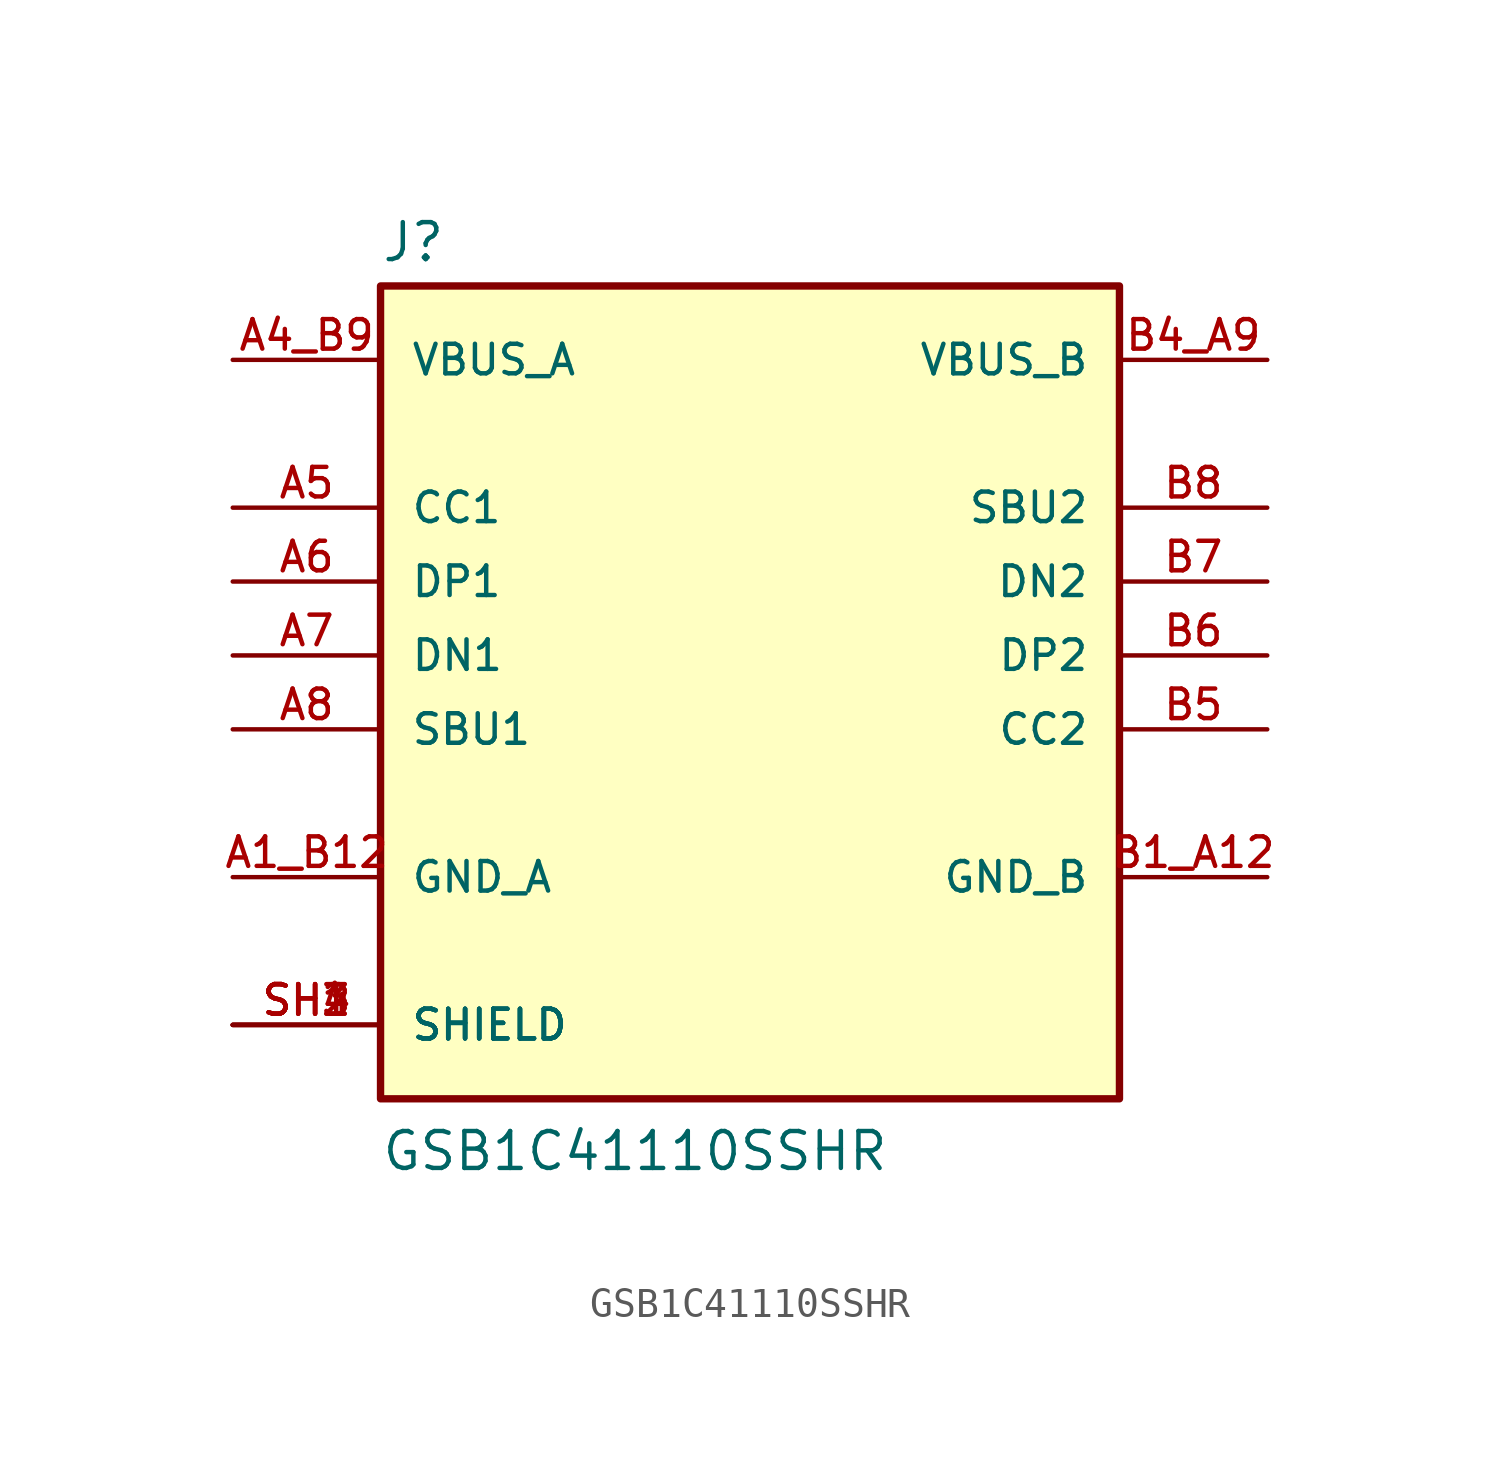
<source format=kicad_sym>
(kicad_symbol_lib
  (version 20211014)
  (generator kicad_symbol_editor)
  (symbol "GSB1C41110SSHR"
    (pin_names
      (offset 1.016))
    (property "Reference" "J"
      (at -12.7 13.462 0)
      (effects (font (size 1.27 1.27)) (justify bottom left)))
    (property "Value" "GSB1C41110SSHR"
      (at -12.7 -17.78 0)
      (effects (font (size 1.27 1.27)) (justify bottom left)))
    (symbol "GSB1C41110SSHR_0_0"
      (rectangle (start -12.7 -15.24) (end 12.7 12.7) (stroke (width 0.254)) (fill (type background)))
      (pin power_in line (at -17.78 -7.62 0) (length 5.08) (name "GND_A" (effects (font (size 1.016 1.016)))) (number "A1_B12" (effects (font (size 1.016 1.016)))))
      (pin power_in line (at -17.78 10.16 0) (length 5.08) (name "VBUS_A" (effects (font (size 1.016 1.016)))) (number "A4_B9" (effects (font (size 1.016 1.016)))))
      (pin bidirectional line (at -17.78 2.54 0) (length 5.08) (name "DP1" (effects (font (size 1.016 1.016)))) (number "A6" (effects (font (size 1.016 1.016)))))
      (pin bidirectional line (at -17.78 5.08 0) (length 5.08) (name "CC1" (effects (font (size 1.016 1.016)))) (number "A5" (effects (font (size 1.016 1.016)))))
      (pin bidirectional line (at -17.78 -2.54 0) (length 5.08) (name "SBU1" (effects (font (size 1.016 1.016)))) (number "A8" (effects (font (size 1.016 1.016)))))
      (pin bidirectional line (at -17.78 0.0 0) (length 5.08) (name "DN1" (effects (font (size 1.016 1.016)))) (number "A7" (effects (font (size 1.016 1.016)))))
      (pin passive line (at -17.78 -12.7 0) (length 5.08) (name "SHIELD" (effects (font (size 1.016 1.016)))) (number "SH1" (effects (font (size 1.016 1.016)))))
      (pin passive line (at -17.78 -12.7 0) (length 5.08) (name "SHIELD" (effects (font (size 1.016 1.016)))) (number "SH2" (effects (font (size 1.016 1.016)))))
      (pin passive line (at -17.78 -12.7 0) (length 5.08) (name "SHIELD" (effects (font (size 1.016 1.016)))) (number "SH3" (effects (font (size 1.016 1.016)))))
      (pin passive line (at -17.78 -12.7 0) (length 5.08) (name "SHIELD" (effects (font (size 1.016 1.016)))) (number "SH4" (effects (font (size 1.016 1.016)))))
      (pin power_in line (at 17.78 -7.62 180.0) (length 5.08) (name "GND_B" (effects (font (size 1.016 1.016)))) (number "B1_A12" (effects (font (size 1.016 1.016)))))
      (pin power_in line (at 17.78 10.16 180.0) (length 5.08) (name "VBUS_B" (effects (font (size 1.016 1.016)))) (number "B4_A9" (effects (font (size 1.016 1.016)))))
      (pin bidirectional line (at 17.78 0.0 180.0) (length 5.08) (name "DP2" (effects (font (size 1.016 1.016)))) (number "B6" (effects (font (size 1.016 1.016)))))
      (pin bidirectional line (at 17.78 -2.54 180.0) (length 5.08) (name "CC2" (effects (font (size 1.016 1.016)))) (number "B5" (effects (font (size 1.016 1.016)))))
      (pin bidirectional line (at 17.78 5.08 180.0) (length 5.08) (name "SBU2" (effects (font (size 1.016 1.016)))) (number "B8" (effects (font (size 1.016 1.016)))))
      (pin bidirectional line (at 17.78 2.54 180.0) (length 5.08) (name "DN2" (effects (font (size 1.016 1.016)))) (number "B7" (effects (font (size 1.016 1.016))))))))
</source>
